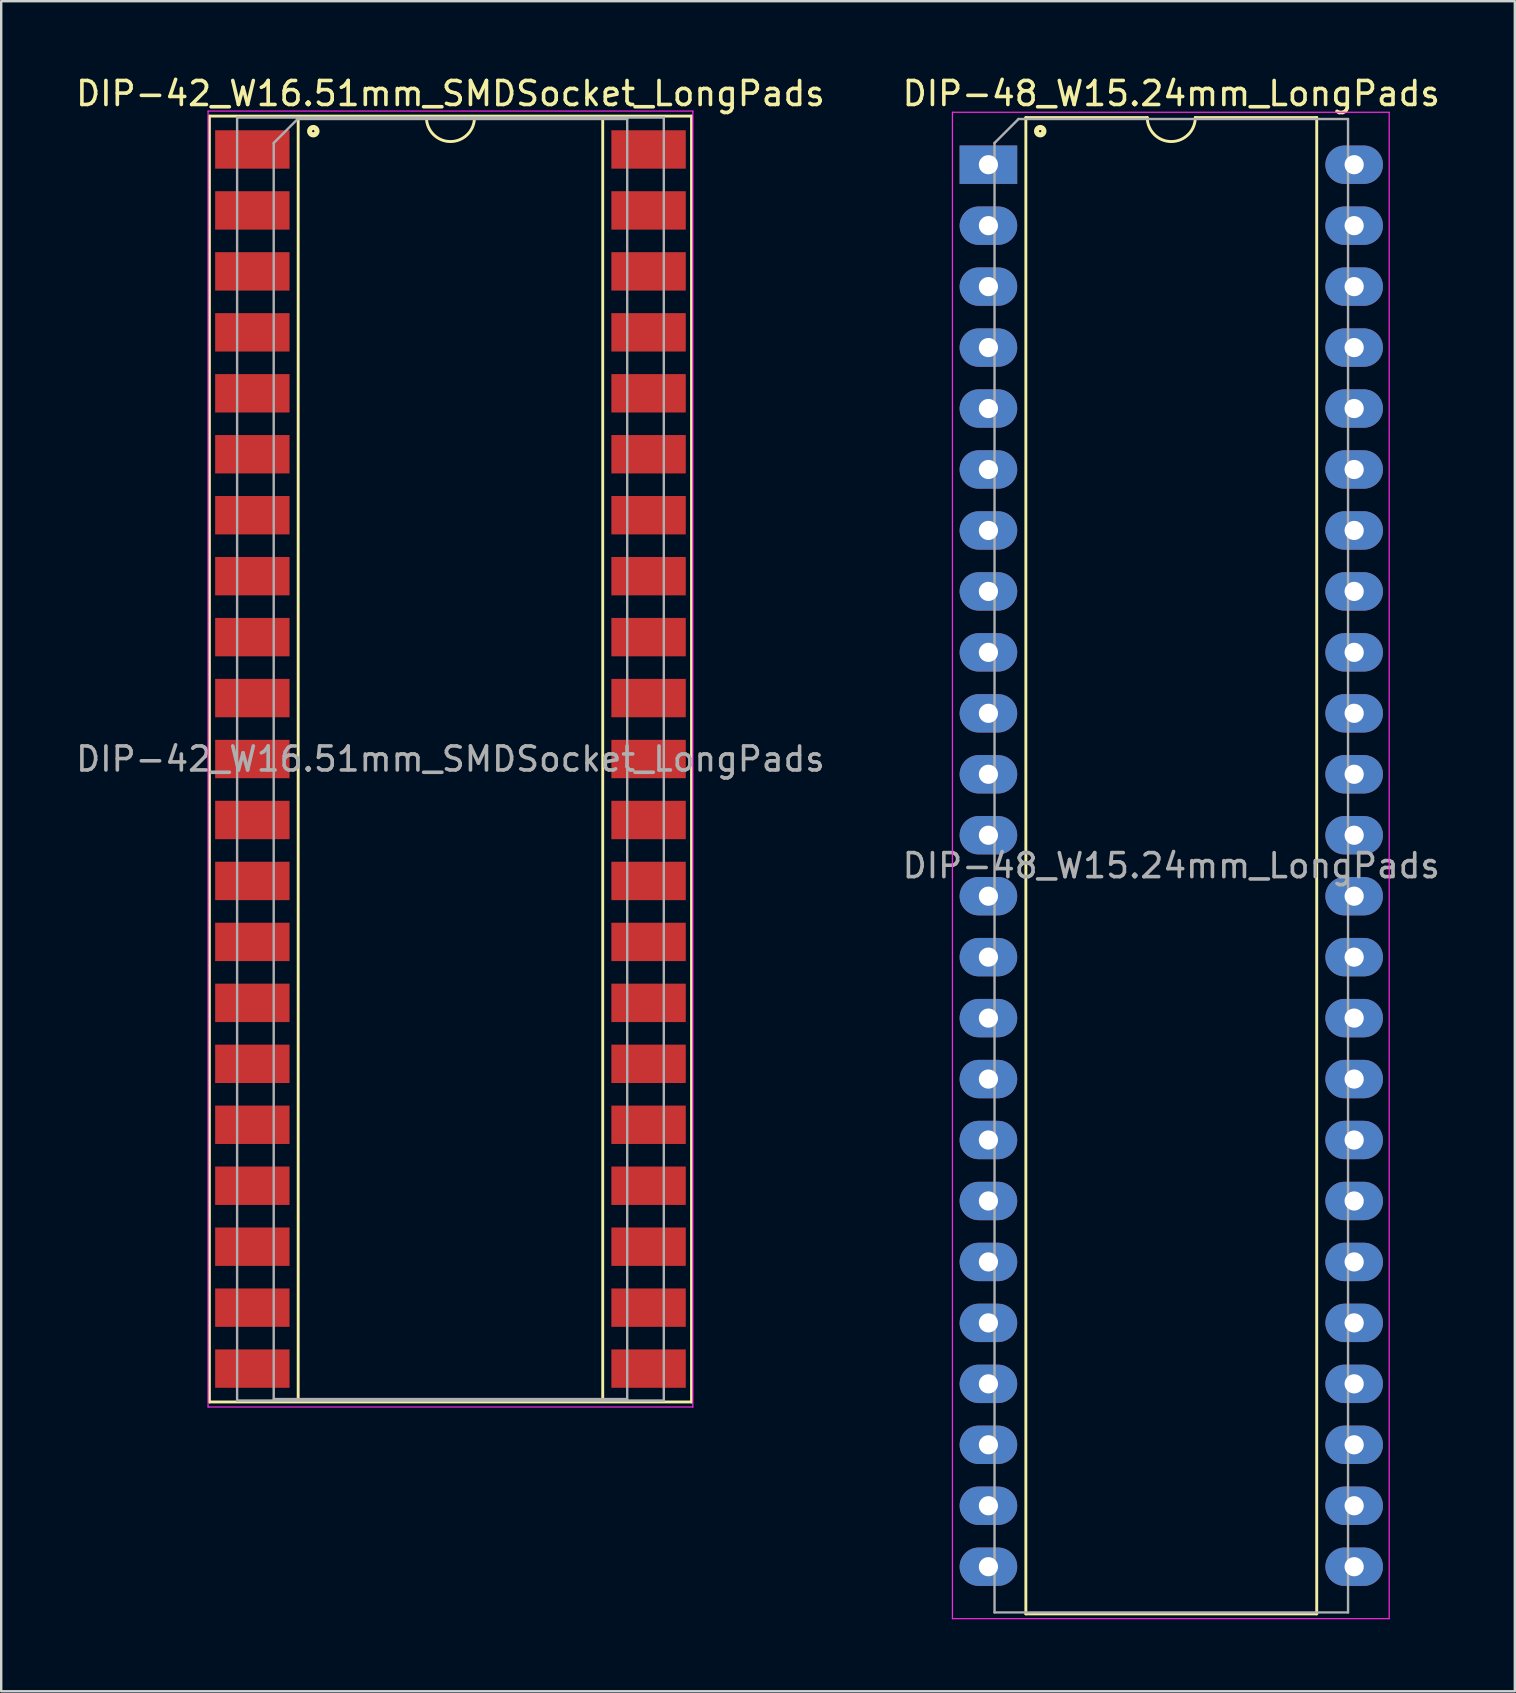
<source format=kicad_pcb>
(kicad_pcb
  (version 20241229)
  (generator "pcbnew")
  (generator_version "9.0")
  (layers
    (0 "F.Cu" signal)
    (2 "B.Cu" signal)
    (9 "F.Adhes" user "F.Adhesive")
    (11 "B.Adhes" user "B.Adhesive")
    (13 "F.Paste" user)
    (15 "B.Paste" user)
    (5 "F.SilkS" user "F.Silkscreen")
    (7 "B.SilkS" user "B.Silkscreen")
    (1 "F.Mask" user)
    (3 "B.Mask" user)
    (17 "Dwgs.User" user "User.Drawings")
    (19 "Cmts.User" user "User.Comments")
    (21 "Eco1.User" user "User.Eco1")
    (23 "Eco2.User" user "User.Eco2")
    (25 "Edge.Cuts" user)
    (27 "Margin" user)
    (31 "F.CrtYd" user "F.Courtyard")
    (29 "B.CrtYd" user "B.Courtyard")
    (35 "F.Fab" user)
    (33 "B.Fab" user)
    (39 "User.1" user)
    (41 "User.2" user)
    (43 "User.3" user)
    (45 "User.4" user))
  (footprint "DIP-42_W16.51mm_SMDSocket_LongPads"
    (layer "F.Cu")
    (at 15.72 28.578)
    (property "Reference" "DIP-42_W16.51mm_SMDSocket_LongPads" (at 0 -27.73 0) (layer "F.SilkS") (effects (font (size 1 1) (thickness 0.15))))
    (attr smd)
    (fp_line (start -10.045 -26.79) (end -10.045 26.79) (stroke (width 0.12) (type solid)) (layer "F.SilkS"))
    (fp_line (start -10.045 26.79) (end 10.045 26.79) (stroke (width 0.12) (type solid)) (layer "F.SilkS"))
    (fp_line (start -6.345 -26.73) (end -6.345 26.73) (stroke (width 0.12) (type solid)) (layer "F.SilkS"))
    (fp_line (start -6.345 26.73) (end 6.345 26.73) (stroke (width 0.12) (type solid)) (layer "F.SilkS"))
    (fp_line (start -1 -26.73) (end -6.345 -26.73) (stroke (width 0.12) (type solid)) (layer "F.SilkS"))
    (fp_line (start 6.345 -26.73) (end 1 -26.73) (stroke (width 0.12) (type solid)) (layer "F.SilkS"))
    (fp_line (start 6.345 26.73) (end 6.345 -26.73) (stroke (width 0.12) (type solid)) (layer "F.SilkS"))
    (fp_line (start 10.045 -26.79) (end -10.045 -26.79) (stroke (width 0.12) (type solid)) (layer "F.SilkS"))
    (fp_line (start 10.045 26.79) (end 10.045 -26.79) (stroke (width 0.12) (type solid)) (layer "F.SilkS"))
    (fp_arc (start 1 -26.73) (mid 0 -25.73) (end -1 -26.73) (stroke (width 0.12) (type solid)) (layer "F.SilkS"))
    (fp_circle (center -5.715 -26.162) (end -5.665 -26.162) (stroke (width 0.12) (type solid)) (fill no) (layer "F.SilkS"))
    (fp_circle (center -5.715 -26.162) (end -5.59 -26.162) (stroke (width 0.12) (type solid)) (fill no) (layer "F.SilkS"))
    (fp_circle (center -5.715 -26.162) (end -5.515 -26.162) (stroke (width 0.12) (type solid)) (fill no) (layer "F.SilkS"))
    (fp_line (start -10.1 -27) (end -10.1 27) (stroke (width 0.05) (type solid)) (layer "F.CrtYd"))
    (fp_line (start -10.1 27) (end 10.1 27) (stroke (width 0.05) (type solid)) (layer "F.CrtYd"))
    (fp_line (start 10.1 -27) (end -10.1 -27) (stroke (width 0.05) (type solid)) (layer "F.CrtYd"))
    (fp_line (start 10.1 27) (end 10.1 -27) (stroke (width 0.05) (type solid)) (layer "F.CrtYd"))
    (fp_line (start -8.89 -26.73) (end -8.89 26.73) (stroke (width 0.1) (type solid)) (layer "F.Fab"))
    (fp_line (start -8.89 26.73) (end 8.89 26.73) (stroke (width 0.1) (type solid)) (layer "F.Fab"))
    (fp_line (start -7.365 -25.67) (end -6.365 -26.67) (stroke (width 0.1) (type solid)) (layer "F.Fab"))
    (fp_line (start -7.365 26.67) (end -7.365 -25.67) (stroke (width 0.1) (type solid)) (layer "F.Fab"))
    (fp_line (start -6.365 -26.67) (end 7.365 -26.67) (stroke (width 0.1) (type solid)) (layer "F.Fab"))
    (fp_line (start 7.365 -26.67) (end 7.365 26.67) (stroke (width 0.1) (type solid)) (layer "F.Fab"))
    (fp_line (start 7.365 26.67) (end -7.365 26.67) (stroke (width 0.1) (type solid)) (layer "F.Fab"))
    (fp_line (start 8.89 -26.73) (end -8.89 -26.73) (stroke (width 0.1) (type solid)) (layer "F.Fab"))
    (fp_line (start 8.89 26.73) (end 8.89 -26.73) (stroke (width 0.1) (type solid)) (layer "F.Fab"))
    (fp_text user "${REFERENCE}" (at 0 0 0) (layer "F.Fab") (effects (font (size 1 1) (thickness 0.15))))
    (pad "1" smd rect (at -8.255 -25.4) (size 3.1 1.6) (layers "F.Cu" "F.Mask" "F.Paste"))
    (pad "2" smd rect (at -8.255 -22.86) (size 3.1 1.6) (layers "F.Cu" "F.Mask" "F.Paste"))
    (pad "3" smd rect (at -8.255 -20.32) (size 3.1 1.6) (layers "F.Cu" "F.Mask" "F.Paste"))
    (pad "4" smd rect (at -8.255 -17.78) (size 3.1 1.6) (layers "F.Cu" "F.Mask" "F.Paste"))
    (pad "5" smd rect (at -8.255 -15.24) (size 3.1 1.6) (layers "F.Cu" "F.Mask" "F.Paste"))
    (pad "6" smd rect (at -8.255 -12.7) (size 3.1 1.6) (layers "F.Cu" "F.Mask" "F.Paste"))
    (pad "7" smd rect (at -8.255 -10.16) (size 3.1 1.6) (layers "F.Cu" "F.Mask" "F.Paste"))
    (pad "8" smd rect (at -8.255 -7.62) (size 3.1 1.6) (layers "F.Cu" "F.Mask" "F.Paste"))
    (pad "9" smd rect (at -8.255 -5.08) (size 3.1 1.6) (layers "F.Cu" "F.Mask" "F.Paste"))
    (pad "10" smd rect (at -8.255 -2.54) (size 3.1 1.6) (layers "F.Cu" "F.Mask" "F.Paste"))
    (pad "11" smd rect (at -8.255 0) (size 3.1 1.6) (layers "F.Cu" "F.Mask" "F.Paste"))
    (pad "12" smd rect (at -8.255 2.54) (size 3.1 1.6) (layers "F.Cu" "F.Mask" "F.Paste"))
    (pad "13" smd rect (at -8.255 5.08) (size 3.1 1.6) (layers "F.Cu" "F.Mask" "F.Paste"))
    (pad "14" smd rect (at -8.255 7.62) (size 3.1 1.6) (layers "F.Cu" "F.Mask" "F.Paste"))
    (pad "15" smd rect (at -8.255 10.16) (size 3.1 1.6) (layers "F.Cu" "F.Mask" "F.Paste"))
    (pad "16" smd rect (at -8.255 12.7) (size 3.1 1.6) (layers "F.Cu" "F.Mask" "F.Paste"))
    (pad "17" smd rect (at -8.255 15.24) (size 3.1 1.6) (layers "F.Cu" "F.Mask" "F.Paste"))
    (pad "18" smd rect (at -8.255 17.78) (size 3.1 1.6) (layers "F.Cu" "F.Mask" "F.Paste"))
    (pad "19" smd rect (at -8.255 20.32) (size 3.1 1.6) (layers "F.Cu" "F.Mask" "F.Paste"))
    (pad "20" smd rect (at -8.255 22.86) (size 3.1 1.6) (layers "F.Cu" "F.Mask" "F.Paste"))
    (pad "21" smd rect (at -8.255 25.4) (size 3.1 1.6) (layers "F.Cu" "F.Mask" "F.Paste"))
    (pad "22" smd rect (at 8.255 25.4) (size 3.1 1.6) (layers "F.Cu" "F.Mask" "F.Paste"))
    (pad "23" smd rect (at 8.255 22.86) (size 3.1 1.6) (layers "F.Cu" "F.Mask" "F.Paste"))
    (pad "24" smd rect (at 8.255 20.32) (size 3.1 1.6) (layers "F.Cu" "F.Mask" "F.Paste"))
    (pad "25" smd rect (at 8.255 17.78) (size 3.1 1.6) (layers "F.Cu" "F.Mask" "F.Paste"))
    (pad "26" smd rect (at 8.255 15.24) (size 3.1 1.6) (layers "F.Cu" "F.Mask" "F.Paste"))
    (pad "27" smd rect (at 8.255 12.7) (size 3.1 1.6) (layers "F.Cu" "F.Mask" "F.Paste"))
    (pad "28" smd rect (at 8.255 10.16) (size 3.1 1.6) (layers "F.Cu" "F.Mask" "F.Paste"))
    (pad "29" smd rect (at 8.255 7.62) (size 3.1 1.6) (layers "F.Cu" "F.Mask" "F.Paste"))
    (pad "30" smd rect (at 8.255 5.08) (size 3.1 1.6) (layers "F.Cu" "F.Mask" "F.Paste"))
    (pad "31" smd rect (at 8.255 2.54) (size 3.1 1.6) (layers "F.Cu" "F.Mask" "F.Paste"))
    (pad "32" smd rect (at 8.255 0) (size 3.1 1.6) (layers "F.Cu" "F.Mask" "F.Paste"))
    (pad "33" smd rect (at 8.255 -2.54) (size 3.1 1.6) (layers "F.Cu" "F.Mask" "F.Paste"))
    (pad "34" smd rect (at 8.255 -5.08) (size 3.1 1.6) (layers "F.Cu" "F.Mask" "F.Paste"))
    (pad "35" smd rect (at 8.255 -7.62) (size 3.1 1.6) (layers "F.Cu" "F.Mask" "F.Paste"))
    (pad "36" smd rect (at 8.255 -10.16) (size 3.1 1.6) (layers "F.Cu" "F.Mask" "F.Paste"))
    (pad "37" smd rect (at 8.255 -12.7) (size 3.1 1.6) (layers "F.Cu" "F.Mask" "F.Paste"))
    (pad "38" smd rect (at 8.255 -15.24) (size 3.1 1.6) (layers "F.Cu" "F.Mask" "F.Paste"))
    (pad "39" smd rect (at 8.255 -17.78) (size 3.1 1.6) (layers "F.Cu" "F.Mask" "F.Paste"))
    (pad "40" smd rect (at 8.255 -20.32) (size 3.1 1.6) (layers "F.Cu" "F.Mask" "F.Paste"))
    (pad "41" smd rect (at 8.255 -22.86) (size 3.1 1.6) (layers "F.Cu" "F.Mask" "F.Paste"))
    (pad "42" smd rect (at 8.255 -25.4) (size 3.1 1.6) (layers "F.Cu" "F.Mask" "F.Paste")))
  (footprint "DIP-48_W15.24mm_LongPads"
    (layer "F.Cu")
    (at 38.136 3.813)
    (property "Reference" "DIP-48_W15.24mm_LongPads" (at 7.62 -2.965 0) (layer "F.SilkS") (effects (font (size 1 1) (thickness 0.15))))
    (attr through_hole)
    (fp_line (start 1.56 -1.965) (end 1.56 60.385) (stroke (width 0.12) (type solid)) (layer "F.SilkS"))
    (fp_line (start 1.56 60.385) (end 13.68 60.385) (stroke (width 0.12) (type solid)) (layer "F.SilkS"))
    (fp_line (start 6.62 -1.965) (end 1.56 -1.965) (stroke (width 0.12) (type solid)) (layer "F.SilkS"))
    (fp_line (start 13.68 -1.965) (end 8.62 -1.965) (stroke (width 0.12) (type solid)) (layer "F.SilkS"))
    (fp_line (start 13.68 60.385) (end 13.68 -1.965) (stroke (width 0.12) (type solid)) (layer "F.SilkS"))
    (fp_arc (start 8.62 -1.965) (mid 7.62 -0.965) (end 6.62 -1.965) (stroke (width 0.12) (type solid)) (layer "F.SilkS"))
    (fp_circle (center 2.159 -1.397) (end 2.209 -1.397) (stroke (width 0.12) (type solid)) (fill no) (layer "F.SilkS"))
    (fp_circle (center 2.159 -1.397) (end 2.284 -1.397) (stroke (width 0.12) (type solid)) (fill no) (layer "F.SilkS"))
    (fp_circle (center 2.159 -1.397) (end 2.359 -1.397) (stroke (width 0.12) (type solid)) (fill no) (layer "F.SilkS"))
    (fp_line (start -1.5 -2.185) (end -1.5 60.585) (stroke (width 0.05) (type solid)) (layer "F.CrtYd"))
    (fp_line (start -1.5 60.585) (end 16.7 60.585) (stroke (width 0.05) (type solid)) (layer "F.CrtYd"))
    (fp_line (start 16.7 -2.185) (end -1.5 -2.185) (stroke (width 0.05) (type solid)) (layer "F.CrtYd"))
    (fp_line (start 16.7 60.585) (end 16.7 -2.185) (stroke (width 0.05) (type solid)) (layer "F.CrtYd"))
    (fp_line (start 0.255 -0.905) (end 1.255 -1.905) (stroke (width 0.1) (type solid)) (layer "F.Fab"))
    (fp_line (start 0.255 60.325) (end 0.255 -0.905) (stroke (width 0.1) (type solid)) (layer "F.Fab"))
    (fp_line (start 1.255 -1.905) (end 14.985 -1.905) (stroke (width 0.1) (type solid)) (layer "F.Fab"))
    (fp_line (start 14.985 -1.905) (end 14.985 60.325) (stroke (width 0.1) (type solid)) (layer "F.Fab"))
    (fp_line (start 14.985 60.325) (end 0.255 60.325) (stroke (width 0.1) (type solid)) (layer "F.Fab"))
    (fp_text user "${REFERENCE}" (at 7.62 29.21 0) (layer "F.Fab") (effects (font (size 1 1) (thickness 0.15))))
    (pad "1" thru_hole rect (at 0 0) (size 2.4 1.6) (drill 0.8) (layers "*.Cu" "*.Mask"))
    (pad "2" thru_hole oval (at 0 2.54) (size 2.4 1.6) (drill 0.8) (layers "*.Cu" "*.Mask"))
    (pad "3" thru_hole oval (at 0 5.08) (size 2.4 1.6) (drill 0.8) (layers "*.Cu" "*.Mask"))
    (pad "4" thru_hole oval (at 0 7.62) (size 2.4 1.6) (drill 0.8) (layers "*.Cu" "*.Mask"))
    (pad "5" thru_hole oval (at 0 10.16) (size 2.4 1.6) (drill 0.8) (layers "*.Cu" "*.Mask"))
    (pad "6" thru_hole oval (at 0 12.7) (size 2.4 1.6) (drill 0.8) (layers "*.Cu" "*.Mask"))
    (pad "7" thru_hole oval (at 0 15.24) (size 2.4 1.6) (drill 0.8) (layers "*.Cu" "*.Mask"))
    (pad "8" thru_hole oval (at 0 17.78) (size 2.4 1.6) (drill 0.8) (layers "*.Cu" "*.Mask"))
    (pad "9" thru_hole oval (at 0 20.32) (size 2.4 1.6) (drill 0.8) (layers "*.Cu" "*.Mask"))
    (pad "10" thru_hole oval (at 0 22.86) (size 2.4 1.6) (drill 0.8) (layers "*.Cu" "*.Mask"))
    (pad "11" thru_hole oval (at 0 25.4) (size 2.4 1.6) (drill 0.8) (layers "*.Cu" "*.Mask"))
    (pad "12" thru_hole oval (at 0 27.94) (size 2.4 1.6) (drill 0.8) (layers "*.Cu" "*.Mask"))
    (pad "13" thru_hole oval (at 0 30.48) (size 2.4 1.6) (drill 0.8) (layers "*.Cu" "*.Mask"))
    (pad "14" thru_hole oval (at 0 33.02) (size 2.4 1.6) (drill 0.8) (layers "*.Cu" "*.Mask"))
    (pad "15" thru_hole oval (at 0 35.56) (size 2.4 1.6) (drill 0.8) (layers "*.Cu" "*.Mask"))
    (pad "16" thru_hole oval (at 0 38.1) (size 2.4 1.6) (drill 0.8) (layers "*.Cu" "*.Mask"))
    (pad "17" thru_hole oval (at 0 40.64) (size 2.4 1.6) (drill 0.8) (layers "*.Cu" "*.Mask"))
    (pad "18" thru_hole oval (at 0 43.18) (size 2.4 1.6) (drill 0.8) (layers "*.Cu" "*.Mask"))
    (pad "19" thru_hole oval (at 0 45.72) (size 2.4 1.6) (drill 0.8) (layers "*.Cu" "*.Mask"))
    (pad "20" thru_hole oval (at 0 48.26) (size 2.4 1.6) (drill 0.8) (layers "*.Cu" "*.Mask"))
    (pad "21" thru_hole oval (at 0 50.8) (size 2.4 1.6) (drill 0.8) (layers "*.Cu" "*.Mask"))
    (pad "22" thru_hole oval (at 0 53.34) (size 2.4 1.6) (drill 0.8) (layers "*.Cu" "*.Mask"))
    (pad "23" thru_hole oval (at 0 55.88) (size 2.4 1.6) (drill 0.8) (layers "*.Cu" "*.Mask"))
    (pad "24" thru_hole oval (at 0 58.42) (size 2.4 1.6) (drill 0.8) (layers "*.Cu" "*.Mask"))
    (pad "25" thru_hole oval (at 15.24 58.42) (size 2.4 1.6) (drill 0.8) (layers "*.Cu" "*.Mask"))
    (pad "26" thru_hole oval (at 15.24 55.88) (size 2.4 1.6) (drill 0.8) (layers "*.Cu" "*.Mask"))
    (pad "27" thru_hole oval (at 15.24 53.34) (size 2.4 1.6) (drill 0.8) (layers "*.Cu" "*.Mask"))
    (pad "28" thru_hole oval (at 15.24 50.8) (size 2.4 1.6) (drill 0.8) (layers "*.Cu" "*.Mask"))
    (pad "29" thru_hole oval (at 15.24 48.26) (size 2.4 1.6) (drill 0.8) (layers "*.Cu" "*.Mask"))
    (pad "30" thru_hole oval (at 15.24 45.72) (size 2.4 1.6) (drill 0.8) (layers "*.Cu" "*.Mask"))
    (pad "31" thru_hole oval (at 15.24 43.18) (size 2.4 1.6) (drill 0.8) (layers "*.Cu" "*.Mask"))
    (pad "32" thru_hole oval (at 15.24 40.64) (size 2.4 1.6) (drill 0.8) (layers "*.Cu" "*.Mask"))
    (pad "33" thru_hole oval (at 15.24 38.1) (size 2.4 1.6) (drill 0.8) (layers "*.Cu" "*.Mask"))
    (pad "34" thru_hole oval (at 15.24 35.56) (size 2.4 1.6) (drill 0.8) (layers "*.Cu" "*.Mask"))
    (pad "35" thru_hole oval (at 15.24 33.02) (size 2.4 1.6) (drill 0.8) (layers "*.Cu" "*.Mask"))
    (pad "36" thru_hole oval (at 15.24 30.48) (size 2.4 1.6) (drill 0.8) (layers "*.Cu" "*.Mask"))
    (pad "37" thru_hole oval (at 15.24 27.94) (size 2.4 1.6) (drill 0.8) (layers "*.Cu" "*.Mask"))
    (pad "38" thru_hole oval (at 15.24 25.4) (size 2.4 1.6) (drill 0.8) (layers "*.Cu" "*.Mask"))
    (pad "39" thru_hole oval (at 15.24 22.86) (size 2.4 1.6) (drill 0.8) (layers "*.Cu" "*.Mask"))
    (pad "40" thru_hole oval (at 15.24 20.32) (size 2.4 1.6) (drill 0.8) (layers "*.Cu" "*.Mask"))
    (pad "41" thru_hole oval (at 15.24 17.78) (size 2.4 1.6) (drill 0.8) (layers "*.Cu" "*.Mask"))
    (pad "42" thru_hole oval (at 15.24 15.24) (size 2.4 1.6) (drill 0.8) (layers "*.Cu" "*.Mask"))
    (pad "43" thru_hole oval (at 15.24 12.7) (size 2.4 1.6) (drill 0.8) (layers "*.Cu" "*.Mask"))
    (pad "44" thru_hole oval (at 15.24 10.16) (size 2.4 1.6) (drill 0.8) (layers "*.Cu" "*.Mask"))
    (pad "45" thru_hole oval (at 15.24 7.62) (size 2.4 1.6) (drill 0.8) (layers "*.Cu" "*.Mask"))
    (pad "46" thru_hole oval (at 15.24 5.08) (size 2.4 1.6) (drill 0.8) (layers "*.Cu" "*.Mask"))
    (pad "47" thru_hole oval (at 15.24 2.54) (size 2.4 1.6) (drill 0.8) (layers "*.Cu" "*.Mask"))
    (pad "48" thru_hole oval (at 15.24 0) (size 2.4 1.6) (drill 0.8) (layers "*.Cu" "*.Mask")))
  (gr_rect
    (start -3 -3)
    (end 60.071 67.423)
    (stroke (width 0.1) (type default))
    (fill no)
    (layer "Edge.Cuts")))
</source>
